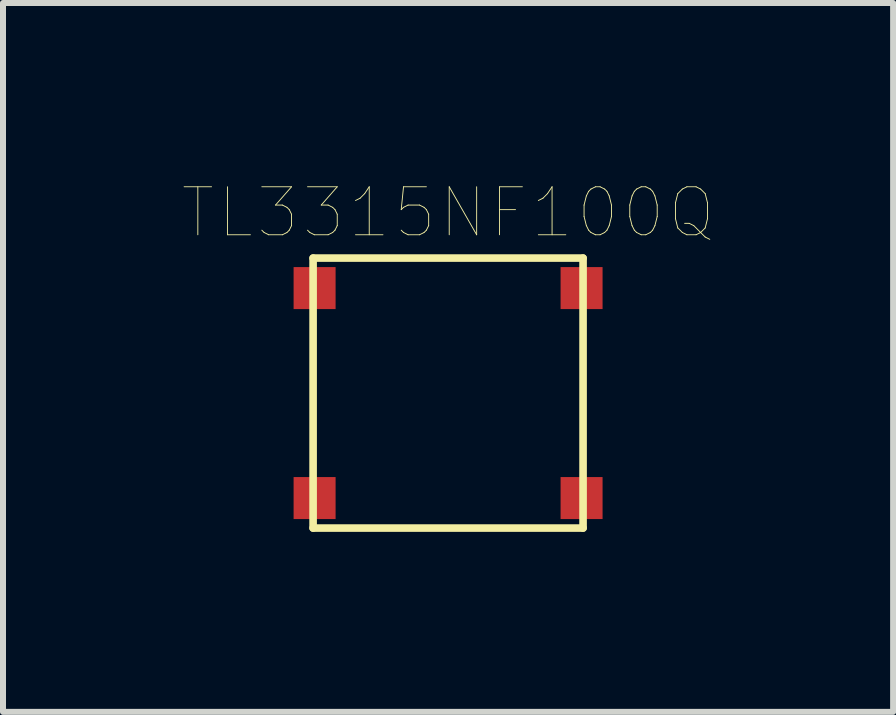
<source format=kicad_pcb>
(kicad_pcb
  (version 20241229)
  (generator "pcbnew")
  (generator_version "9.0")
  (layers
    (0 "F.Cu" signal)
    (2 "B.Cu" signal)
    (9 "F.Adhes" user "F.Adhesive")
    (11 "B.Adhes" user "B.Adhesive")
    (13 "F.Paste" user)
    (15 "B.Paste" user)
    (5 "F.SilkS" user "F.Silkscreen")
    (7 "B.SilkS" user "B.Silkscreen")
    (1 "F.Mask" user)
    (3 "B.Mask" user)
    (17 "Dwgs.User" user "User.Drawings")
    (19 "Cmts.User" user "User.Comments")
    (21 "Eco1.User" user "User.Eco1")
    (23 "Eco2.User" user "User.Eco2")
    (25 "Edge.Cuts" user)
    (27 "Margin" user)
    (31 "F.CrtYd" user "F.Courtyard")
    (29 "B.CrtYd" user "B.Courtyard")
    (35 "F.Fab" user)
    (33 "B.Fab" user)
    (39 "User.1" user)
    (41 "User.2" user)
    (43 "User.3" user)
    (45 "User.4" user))
  (footprint "TL3315NF100Q"
    (layer "F.Cu")
    (at 4.419 3.502)
    (property "Reference" "TL3315NF100Q" (at 0 -3.008 0) (layer "F.SilkS") (effects (font (size 0.8 0.8) (thickness 0.015))))
    (attr through_hole)
    (fp_line (start -2.25 -2.25) (end 2.25 -2.25) (stroke (width 0.127) (type solid)) (layer "F.SilkS"))
    (fp_line (start -2.25 2.25) (end -2.25 -2.25) (stroke (width 0.127) (type solid)) (layer "F.SilkS"))
    (fp_line (start 2.25 -2.25) (end 2.25 2.25) (stroke (width 0.127) (type solid)) (layer "F.SilkS"))
    (fp_line (start 2.25 2.25) (end -2.25 2.25) (stroke (width 0.127) (type solid)) (layer "F.SilkS"))
    (pad "1" smd rect (at -2.225 -1.75) (size 0.7 0.7) (layers "F.Cu" "F.Mask" "F.Paste"))
    (pad "2" smd rect (at 2.225 -1.75) (size 0.7 0.7) (layers "F.Cu" "F.Mask" "F.Paste"))
    (pad "3" smd rect (at -2.225 1.75) (size 0.7 0.7) (layers "F.Cu" "F.Mask" "F.Paste"))
    (pad "4" smd rect (at 2.225 1.75) (size 0.7 0.7) (layers "F.Cu" "F.Mask" "F.Paste")))
  (gr_rect
    (start -3 -3)
    (end 11.837 8.816)
    (stroke (width 0.1) (type default))
    (fill no)
    (layer "Edge.Cuts")))
</source>
